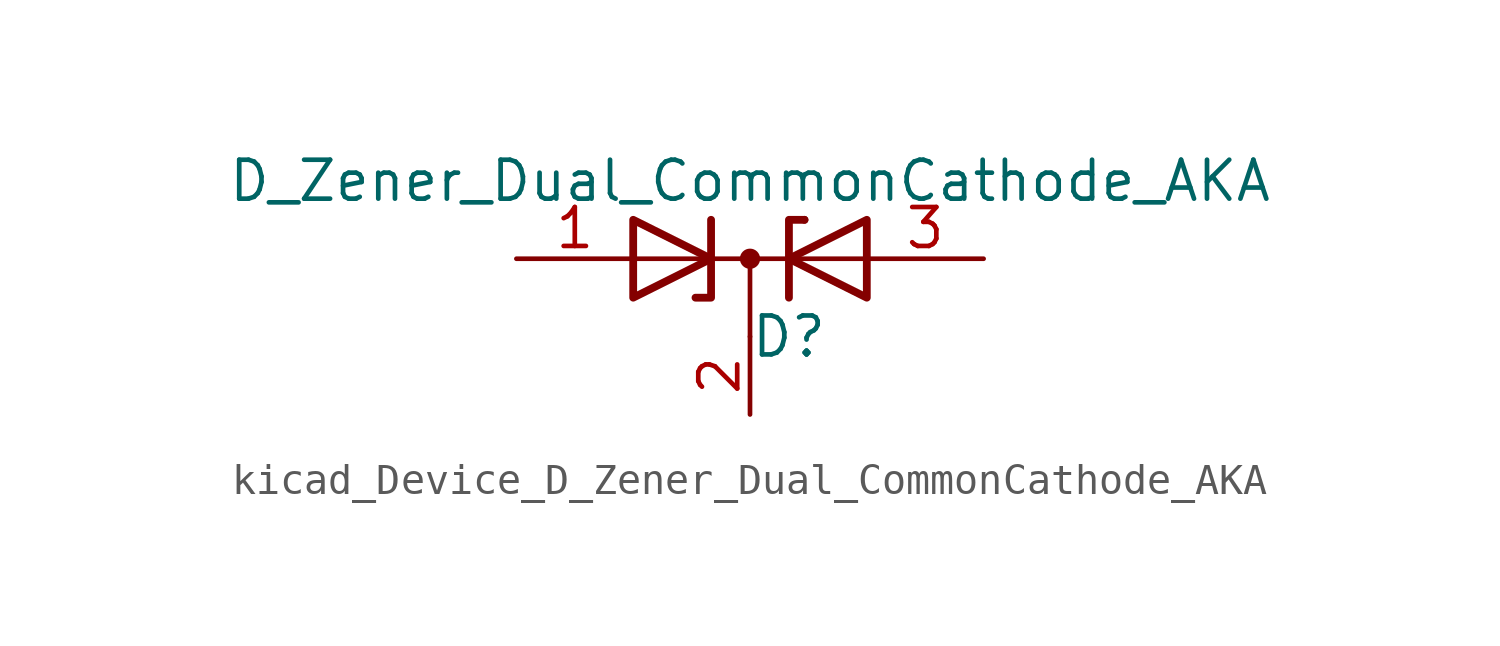
<source format=kicad_sym>
(kicad_symbol_lib
  (version 20220914)
  (generator kicad_symbol_editor)
  (symbol "kicad_Device_D_Zener_Dual_CommonCathode_AKA"
    (pin_names
      (offset 0.762) hide)
    (property "Reference" "D"
      (at 1.27 -2.54 0)
      (effects (font (size 1.27 1.27))))
    (property "Value" "D_Zener_Dual_CommonCathode_AKA"
      (at 0 2.54 0)
      (effects (font (size 1.27 1.27))))
    (symbol "kicad_Device_D_Zener_Dual_CommonCathode_AKA_0_1"
      (polyline (pts (xy 0 0) (xy 0 -2.54)) (stroke (width 0) (type default)) (fill (type none)))
      (polyline (pts (xy 1.778 1.27) (xy 1.778 1.27)) (stroke (width 0.254) (type default)) (fill (type none)))
      (polyline (pts (xy 3.81 0) (xy -3.81 0)) (stroke (width 0) (type default)) (fill (type none)))
      (polyline (pts (xy -1.778 -1.27) (xy -1.27 -1.27) (xy -1.27 1.27)) (stroke (width 0.254) (type default)) (fill (type none)))
      (polyline (pts (xy 1.27 -1.27) (xy 1.27 1.27) (xy 1.778 1.27)) (stroke (width 0.254) (type default)) (fill (type none)))
      (polyline (pts (xy -3.81 1.27) (xy -1.27 0) (xy -3.81 -1.27) (xy -3.81 1.27) (xy -3.81 1.27) (xy -3.81 1.27)) (stroke (width 0.254) (type default)) (fill (type none)))
      (polyline (pts (xy 3.81 -1.27) (xy 1.27 0) (xy 3.81 1.27) (xy 3.81 -1.27) (xy 3.81 -1.27) (xy 3.81 -1.27)) (stroke (width 0.254) (type default)) (fill (type none)))
      (circle (center 0 0) (radius 0.254) (stroke (width 0) (type default)) (fill (type outline)))
      (pin passive line (at -7.62 0 0) (length 3.81) (name "A" (effects (font (size 1.27 1.27)))) (number "1" (effects (font (size 1.27 1.27)))))
      (pin passive line (at 0 -5.08 90) (length 2.54) (name "K" (effects (font (size 1.27 1.27)))) (number "2" (effects (font (size 1.27 1.27)))))
      (pin passive line (at 7.62 0 180) (length 3.81) (name "A" (effects (font (size 1.27 1.27)))) (number "3" (effects (font (size 1.27 1.27))))))))
</source>
